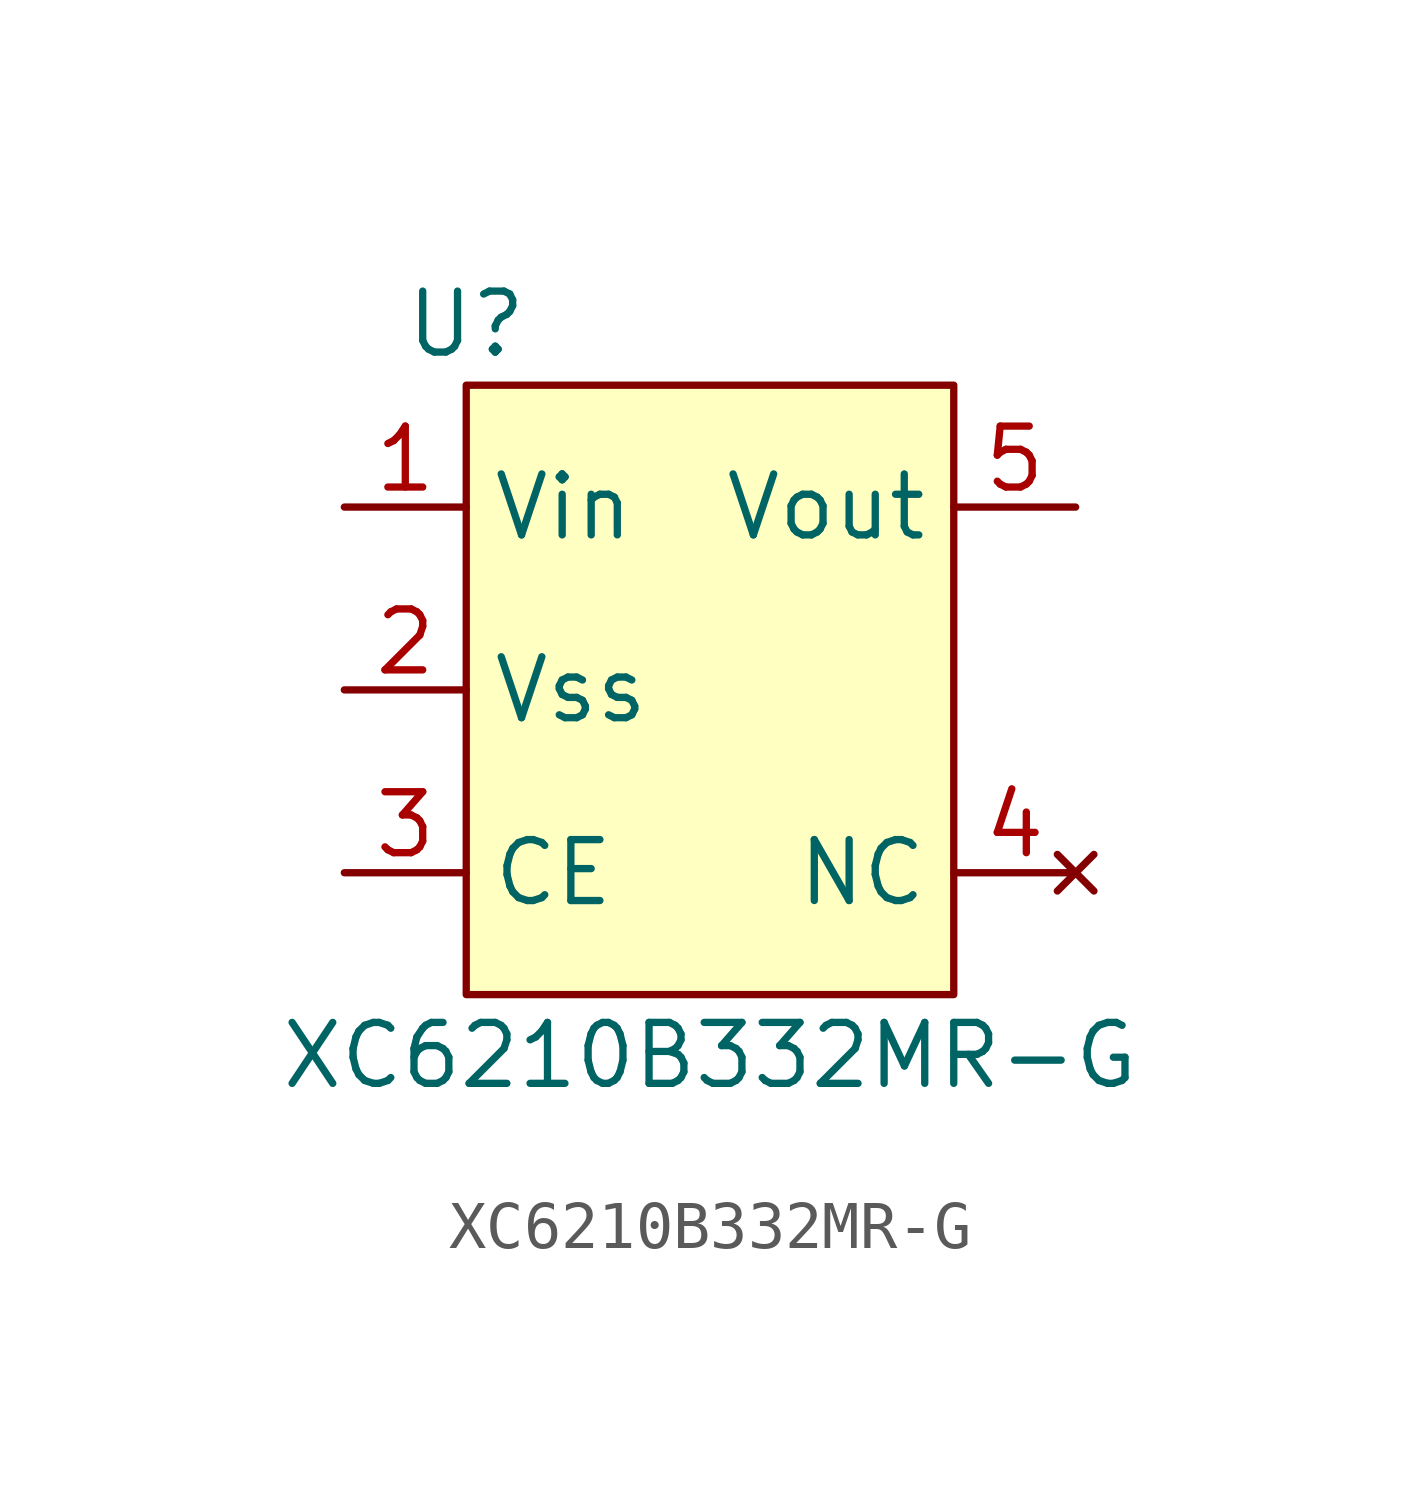
<source format=kicad_sym>
(kicad_symbol_lib
  (version 20211014)
  (generator kicad_symbol_editor)
  (symbol "XC6210B332MR-G"
    (property "Reference" "U"
      (at -5.08 7.62 0)
      (effects (font (size 1.27 1.27))))
    (property "Value" "XC6210B332MR-G"
      (at 0 -7.62 0)
      (effects (font (size 1.27 1.27))))
    (symbol "XC6210B332MR-G_0_1"
      (rectangle (start -5.08 6.35) (end 5.08 -6.35) (stroke (width 0) (type default) (color 0 0 0 0)) (fill (type background))))
    (symbol "XC6210B332MR-G_1_1"
      (pin power_in line (at -7.62 3.81 0) (length 2.54) (name "Vin" (effects (font (size 1.27 1.27)))) (number "1" (effects (font (size 1.27 1.27)))))
      (pin power_in line (at -7.62 0 0) (length 2.54) (name "Vss" (effects (font (size 1.27 1.27)))) (number "2" (effects (font (size 1.27 1.27)))))
      (pin input line (at -7.62 -3.81 0) (length 2.54) (name "CE" (effects (font (size 1.27 1.27)))) (number "3" (effects (font (size 1.27 1.27)))))
      (pin no_connect line (at 7.62 -3.81 180) (length 2.54) (name "NC" (effects (font (size 1.27 1.27)))) (number "4" (effects (font (size 1.27 1.27)))))
      (pin power_out line (at 7.62 3.81 180) (length 2.54) (name "Vout" (effects (font (size 1.27 1.27)))) (number "5" (effects (font (size 1.27 1.27))))))))
</source>
